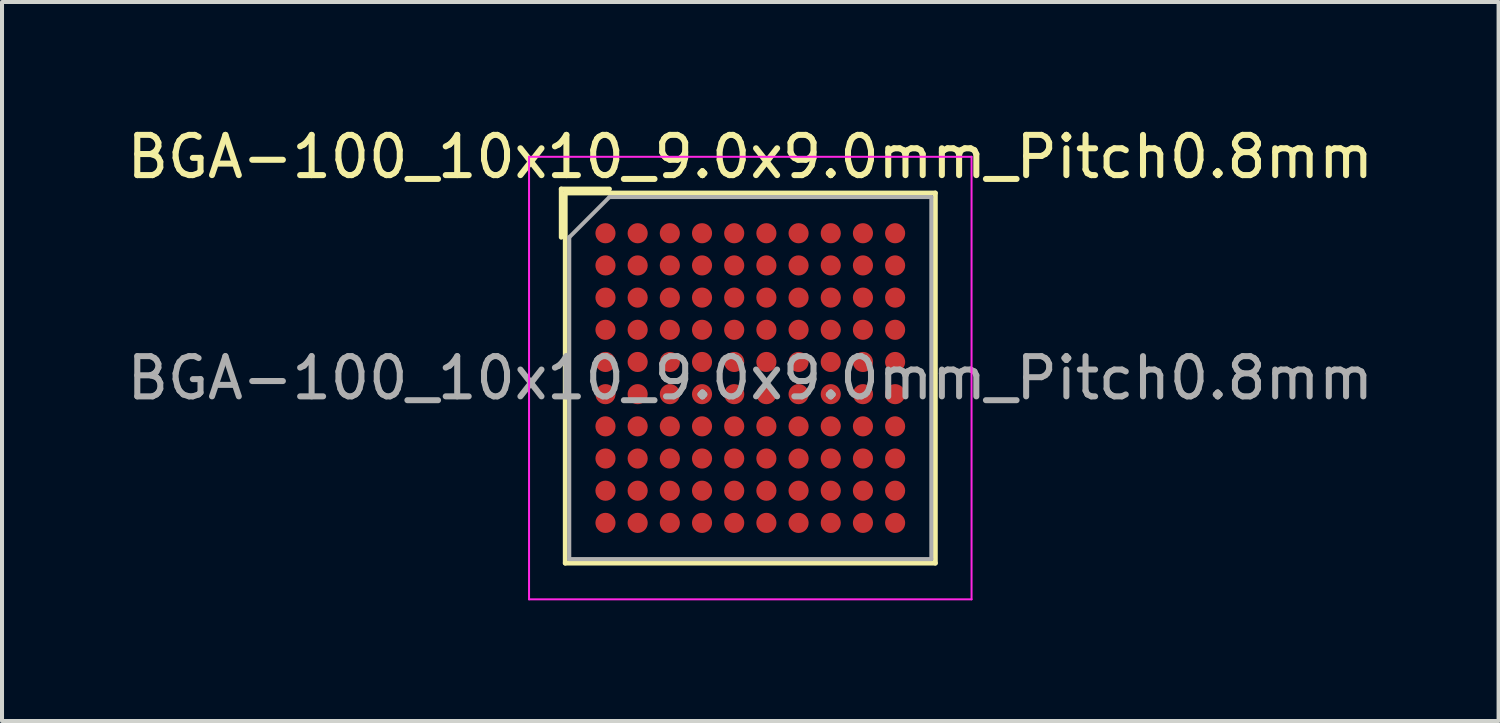
<source format=kicad_pcb>
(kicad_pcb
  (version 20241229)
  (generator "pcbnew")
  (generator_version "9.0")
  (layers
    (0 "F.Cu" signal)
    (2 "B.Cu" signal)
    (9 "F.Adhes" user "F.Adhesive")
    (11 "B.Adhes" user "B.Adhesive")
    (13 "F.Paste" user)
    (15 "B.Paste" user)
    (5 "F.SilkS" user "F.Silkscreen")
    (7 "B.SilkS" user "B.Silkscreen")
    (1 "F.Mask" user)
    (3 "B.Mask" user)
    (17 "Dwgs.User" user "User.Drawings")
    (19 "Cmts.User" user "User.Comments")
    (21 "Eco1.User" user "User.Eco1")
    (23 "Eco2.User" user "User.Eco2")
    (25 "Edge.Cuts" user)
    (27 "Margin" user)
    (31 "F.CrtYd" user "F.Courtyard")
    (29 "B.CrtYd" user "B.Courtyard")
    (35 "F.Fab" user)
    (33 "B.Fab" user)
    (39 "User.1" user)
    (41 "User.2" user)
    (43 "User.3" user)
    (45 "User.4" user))
  (footprint "BGA-100_10x10_9.0x9.0mm_Pitch0.8mm"
    (layer "F.Cu")
    (at 15.601 6.348)
    (property "Reference" "BGA-100_10x10_9.0x9.0mm_Pitch0.8mm" (at 0 -5.5 0) (layer "F.SilkS") (effects (font (size 1 1) (thickness 0.15))))
    (attr smd)
    (fp_line (start -4.7 -4.7) (end -3.5 -4.7) (stroke (width 0.12) (type solid)) (layer "F.SilkS"))
    (fp_line (start -4.7 -3.5) (end -4.7 -4.7) (stroke (width 0.12) (type solid)) (layer "F.SilkS"))
    (fp_line (start -4.6 -4.6) (end -4.6 4.6) (stroke (width 0.12) (type solid)) (layer "F.SilkS"))
    (fp_line (start -4.6 4.6) (end 4.6 4.6) (stroke (width 0.12) (type solid)) (layer "F.SilkS"))
    (fp_line (start 4.6 -4.6) (end -4.6 -4.6) (stroke (width 0.12) (type solid)) (layer "F.SilkS"))
    (fp_line (start 4.6 4.6) (end 4.6 -4.6) (stroke (width 0.12) (type solid)) (layer "F.SilkS"))
    (fp_line (start -5.5 -5.5) (end -5.5 5.5) (stroke (width 0.05) (type solid)) (layer "F.CrtYd"))
    (fp_line (start -5.5 -5.5) (end 5.5 -5.5) (stroke (width 0.05) (type solid)) (layer "F.CrtYd"))
    (fp_line (start 5.5 5.5) (end -5.5 5.5) (stroke (width 0.05) (type solid)) (layer "F.CrtYd"))
    (fp_line (start 5.5 5.5) (end 5.5 -5.5) (stroke (width 0.05) (type solid)) (layer "F.CrtYd"))
    (fp_line (start -4.5 -3.5) (end -4.5 4.5) (stroke (width 0.1) (type solid)) (layer "F.Fab"))
    (fp_line (start -4.5 4.5) (end 4.5 4.5) (stroke (width 0.1) (type solid)) (layer "F.Fab"))
    (fp_line (start -3.5 -4.5) (end -4.5 -3.5) (stroke (width 0.1) (type solid)) (layer "F.Fab"))
    (fp_line (start 4.5 -4.5) (end -3.5 -4.5) (stroke (width 0.1) (type solid)) (layer "F.Fab"))
    (fp_line (start 4.5 4.5) (end 4.5 -4.5) (stroke (width 0.1) (type solid)) (layer "F.Fab"))
    (fp_text user "${REFERENCE}" (at 0 0 0) (layer "F.Fab") (effects (font (size 1 1) (thickness 0.15))))
    (pad "A1" smd circle (at -3.6 -3.6) (size 0.5 0.5) (layers "F.Cu" "F.Mask" "F.Paste"))
    (pad "A2" smd circle (at -2.8 -3.6) (size 0.5 0.5) (layers "F.Cu" "F.Mask" "F.Paste"))
    (pad "A3" smd circle (at -2 -3.6) (size 0.5 0.5) (layers "F.Cu" "F.Mask" "F.Paste"))
    (pad "A4" smd circle (at -1.2 -3.6) (size 0.5 0.5) (layers "F.Cu" "F.Mask" "F.Paste"))
    (pad "A5" smd circle (at -0.4 -3.6) (size 0.5 0.5) (layers "F.Cu" "F.Mask" "F.Paste"))
    (pad "A6" smd circle (at 0.4 -3.6) (size 0.5 0.5) (layers "F.Cu" "F.Mask" "F.Paste"))
    (pad "A7" smd circle (at 1.2 -3.6) (size 0.5 0.5) (layers "F.Cu" "F.Mask" "F.Paste"))
    (pad "A8" smd circle (at 2 -3.6) (size 0.5 0.5) (layers "F.Cu" "F.Mask" "F.Paste"))
    (pad "A9" smd circle (at 2.8 -3.6) (size 0.5 0.5) (layers "F.Cu" "F.Mask" "F.Paste"))
    (pad "A10" smd circle (at 3.6 -3.6) (size 0.5 0.5) (layers "F.Cu" "F.Mask" "F.Paste"))
    (pad "B1" smd circle (at -3.6 -2.8) (size 0.5 0.5) (layers "F.Cu" "F.Mask" "F.Paste"))
    (pad "B2" smd circle (at -2.8 -2.8) (size 0.5 0.5) (layers "F.Cu" "F.Mask" "F.Paste"))
    (pad "B3" smd circle (at -2 -2.8) (size 0.5 0.5) (layers "F.Cu" "F.Mask" "F.Paste"))
    (pad "B4" smd circle (at -1.2 -2.8) (size 0.5 0.5) (layers "F.Cu" "F.Mask" "F.Paste"))
    (pad "B5" smd circle (at -0.4 -2.8) (size 0.5 0.5) (layers "F.Cu" "F.Mask" "F.Paste"))
    (pad "B6" smd circle (at 0.4 -2.8) (size 0.5 0.5) (layers "F.Cu" "F.Mask" "F.Paste"))
    (pad "B7" smd circle (at 1.2 -2.8) (size 0.5 0.5) (layers "F.Cu" "F.Mask" "F.Paste"))
    (pad "B8" smd circle (at 2 -2.8) (size 0.5 0.5) (layers "F.Cu" "F.Mask" "F.Paste"))
    (pad "B9" smd circle (at 2.8 -2.8) (size 0.5 0.5) (layers "F.Cu" "F.Mask" "F.Paste"))
    (pad "B10" smd circle (at 3.6 -2.8) (size 0.5 0.5) (layers "F.Cu" "F.Mask" "F.Paste"))
    (pad "C1" smd circle (at -3.6 -2) (size 0.5 0.5) (layers "F.Cu" "F.Mask" "F.Paste"))
    (pad "C2" smd circle (at -2.8 -2) (size 0.5 0.5) (layers "F.Cu" "F.Mask" "F.Paste"))
    (pad "C3" smd circle (at -2 -2) (size 0.5 0.5) (layers "F.Cu" "F.Mask" "F.Paste"))
    (pad "C4" smd circle (at -1.2 -2) (size 0.5 0.5) (layers "F.Cu" "F.Mask" "F.Paste"))
    (pad "C5" smd circle (at -0.4 -2) (size 0.5 0.5) (layers "F.Cu" "F.Mask" "F.Paste"))
    (pad "C6" smd circle (at 0.4 -2) (size 0.5 0.5) (layers "F.Cu" "F.Mask" "F.Paste"))
    (pad "C7" smd circle (at 1.2 -2) (size 0.5 0.5) (layers "F.Cu" "F.Mask" "F.Paste"))
    (pad "C8" smd circle (at 2 -2) (size 0.5 0.5) (layers "F.Cu" "F.Mask" "F.Paste"))
    (pad "C9" smd circle (at 2.8 -2) (size 0.5 0.5) (layers "F.Cu" "F.Mask" "F.Paste"))
    (pad "C10" smd circle (at 3.6 -2) (size 0.5 0.5) (layers "F.Cu" "F.Mask" "F.Paste"))
    (pad "D1" smd circle (at -3.6 -1.2) (size 0.5 0.5) (layers "F.Cu" "F.Mask" "F.Paste"))
    (pad "D2" smd circle (at -2.8 -1.2) (size 0.5 0.5) (layers "F.Cu" "F.Mask" "F.Paste"))
    (pad "D3" smd circle (at -2 -1.2) (size 0.5 0.5) (layers "F.Cu" "F.Mask" "F.Paste"))
    (pad "D4" smd circle (at -1.2 -1.2) (size 0.5 0.5) (layers "F.Cu" "F.Mask" "F.Paste"))
    (pad "D5" smd circle (at -0.4 -1.2) (size 0.5 0.5) (layers "F.Cu" "F.Mask" "F.Paste"))
    (pad "D6" smd circle (at 0.4 -1.2) (size 0.5 0.5) (layers "F.Cu" "F.Mask" "F.Paste"))
    (pad "D7" smd circle (at 1.2 -1.2) (size 0.5 0.5) (layers "F.Cu" "F.Mask" "F.Paste"))
    (pad "D8" smd circle (at 2 -1.2) (size 0.5 0.5) (layers "F.Cu" "F.Mask" "F.Paste"))
    (pad "D9" smd circle (at 2.8 -1.2) (size 0.5 0.5) (layers "F.Cu" "F.Mask" "F.Paste"))
    (pad "D10" smd circle (at 3.6 -1.2) (size 0.5 0.5) (layers "F.Cu" "F.Mask" "F.Paste"))
    (pad "E1" smd circle (at -3.6 -0.4) (size 0.5 0.5) (layers "F.Cu" "F.Mask" "F.Paste"))
    (pad "E2" smd circle (at -2.8 -0.4) (size 0.5 0.5) (layers "F.Cu" "F.Mask" "F.Paste"))
    (pad "E3" smd circle (at -2 -0.4) (size 0.5 0.5) (layers "F.Cu" "F.Mask" "F.Paste"))
    (pad "E4" smd circle (at -1.2 -0.4) (size 0.5 0.5) (layers "F.Cu" "F.Mask" "F.Paste"))
    (pad "E5" smd circle (at -0.4 -0.4) (size 0.5 0.5) (layers "F.Cu" "F.Mask" "F.Paste"))
    (pad "E6" smd circle (at 0.4 -0.4) (size 0.5 0.5) (layers "F.Cu" "F.Mask" "F.Paste"))
    (pad "E7" smd circle (at 1.2 -0.4) (size 0.5 0.5) (layers "F.Cu" "F.Mask" "F.Paste"))
    (pad "E8" smd circle (at 2 -0.4) (size 0.5 0.5) (layers "F.Cu" "F.Mask" "F.Paste"))
    (pad "E9" smd circle (at 2.8 -0.4) (size 0.5 0.5) (layers "F.Cu" "F.Mask" "F.Paste"))
    (pad "E10" smd circle (at 3.6 -0.4) (size 0.5 0.5) (layers "F.Cu" "F.Mask" "F.Paste"))
    (pad "F1" smd circle (at -3.6 0.4) (size 0.5 0.5) (layers "F.Cu" "F.Mask" "F.Paste"))
    (pad "F2" smd circle (at -2.8 0.4) (size 0.5 0.5) (layers "F.Cu" "F.Mask" "F.Paste"))
    (pad "F3" smd circle (at -2 0.4) (size 0.5 0.5) (layers "F.Cu" "F.Mask" "F.Paste"))
    (pad "F4" smd circle (at -1.2 0.4) (size 0.5 0.5) (layers "F.Cu" "F.Mask" "F.Paste"))
    (pad "F5" smd circle (at -0.4 0.4) (size 0.5 0.5) (layers "F.Cu" "F.Mask" "F.Paste"))
    (pad "F6" smd circle (at 0.4 0.4) (size 0.5 0.5) (layers "F.Cu" "F.Mask" "F.Paste"))
    (pad "F7" smd circle (at 1.2 0.4) (size 0.5 0.5) (layers "F.Cu" "F.Mask" "F.Paste"))
    (pad "F8" smd circle (at 2 0.4) (size 0.5 0.5) (layers "F.Cu" "F.Mask" "F.Paste"))
    (pad "F9" smd circle (at 2.8 0.4) (size 0.5 0.5) (layers "F.Cu" "F.Mask" "F.Paste"))
    (pad "F10" smd circle (at 3.6 0.4) (size 0.5 0.5) (layers "F.Cu" "F.Mask" "F.Paste"))
    (pad "G1" smd circle (at -3.6 1.2) (size 0.5 0.5) (layers "F.Cu" "F.Mask" "F.Paste"))
    (pad "G2" smd circle (at -2.8 1.2) (size 0.5 0.5) (layers "F.Cu" "F.Mask" "F.Paste"))
    (pad "G3" smd circle (at -2 1.2) (size 0.5 0.5) (layers "F.Cu" "F.Mask" "F.Paste"))
    (pad "G4" smd circle (at -1.2 1.2) (size 0.5 0.5) (layers "F.Cu" "F.Mask" "F.Paste"))
    (pad "G5" smd circle (at -0.4 1.2) (size 0.5 0.5) (layers "F.Cu" "F.Mask" "F.Paste"))
    (pad "G6" smd circle (at 0.4 1.2) (size 0.5 0.5) (layers "F.Cu" "F.Mask" "F.Paste"))
    (pad "G7" smd circle (at 1.2 1.2) (size 0.5 0.5) (layers "F.Cu" "F.Mask" "F.Paste"))
    (pad "G8" smd circle (at 2 1.2) (size 0.5 0.5) (layers "F.Cu" "F.Mask" "F.Paste"))
    (pad "G9" smd circle (at 2.8 1.2) (size 0.5 0.5) (layers "F.Cu" "F.Mask" "F.Paste"))
    (pad "G10" smd circle (at 3.6 1.2) (size 0.5 0.5) (layers "F.Cu" "F.Mask" "F.Paste"))
    (pad "H1" smd circle (at -3.6 2) (size 0.5 0.5) (layers "F.Cu" "F.Mask" "F.Paste"))
    (pad "H2" smd circle (at -2.8 2) (size 0.5 0.5) (layers "F.Cu" "F.Mask" "F.Paste"))
    (pad "H3" smd circle (at -2 2) (size 0.5 0.5) (layers "F.Cu" "F.Mask" "F.Paste"))
    (pad "H4" smd circle (at -1.2 2) (size 0.5 0.5) (layers "F.Cu" "F.Mask" "F.Paste"))
    (pad "H5" smd circle (at -0.4 2) (size 0.5 0.5) (layers "F.Cu" "F.Mask" "F.Paste"))
    (pad "H6" smd circle (at 0.4 2) (size 0.5 0.5) (layers "F.Cu" "F.Mask" "F.Paste"))
    (pad "H7" smd circle (at 1.2 2) (size 0.5 0.5) (layers "F.Cu" "F.Mask" "F.Paste"))
    (pad "H8" smd circle (at 2 2) (size 0.5 0.5) (layers "F.Cu" "F.Mask" "F.Paste"))
    (pad "H9" smd circle (at 2.8 2) (size 0.5 0.5) (layers "F.Cu" "F.Mask" "F.Paste"))
    (pad "H10" smd circle (at 3.6 2) (size 0.5 0.5) (layers "F.Cu" "F.Mask" "F.Paste"))
    (pad "J1" smd circle (at -3.6 2.8) (size 0.5 0.5) (layers "F.Cu" "F.Mask" "F.Paste"))
    (pad "J2" smd circle (at -2.8 2.8) (size 0.5 0.5) (layers "F.Cu" "F.Mask" "F.Paste"))
    (pad "J3" smd circle (at -2 2.8) (size 0.5 0.5) (layers "F.Cu" "F.Mask" "F.Paste"))
    (pad "J4" smd circle (at -1.2 2.8) (size 0.5 0.5) (layers "F.Cu" "F.Mask" "F.Paste"))
    (pad "J5" smd circle (at -0.4 2.8) (size 0.5 0.5) (layers "F.Cu" "F.Mask" "F.Paste"))
    (pad "J6" smd circle (at 0.4 2.8) (size 0.5 0.5) (layers "F.Cu" "F.Mask" "F.Paste"))
    (pad "J7" smd circle (at 1.2 2.8) (size 0.5 0.5) (layers "F.Cu" "F.Mask" "F.Paste"))
    (pad "J8" smd circle (at 2 2.8) (size 0.5 0.5) (layers "F.Cu" "F.Mask" "F.Paste"))
    (pad "J9" smd circle (at 2.8 2.8) (size 0.5 0.5) (layers "F.Cu" "F.Mask" "F.Paste"))
    (pad "J10" smd circle (at 3.6 2.8) (size 0.5 0.5) (layers "F.Cu" "F.Mask" "F.Paste"))
    (pad "K1" smd circle (at -3.6 3.6) (size 0.5 0.5) (layers "F.Cu" "F.Mask" "F.Paste"))
    (pad "K2" smd circle (at -2.8 3.6) (size 0.5 0.5) (layers "F.Cu" "F.Mask" "F.Paste"))
    (pad "K3" smd circle (at -2 3.6) (size 0.5 0.5) (layers "F.Cu" "F.Mask" "F.Paste"))
    (pad "K4" smd circle (at -1.2 3.6) (size 0.5 0.5) (layers "F.Cu" "F.Mask" "F.Paste"))
    (pad "K5" smd circle (at -0.4 3.6) (size 0.5 0.5) (layers "F.Cu" "F.Mask" "F.Paste"))
    (pad "K6" smd circle (at 0.4 3.6) (size 0.5 0.5) (layers "F.Cu" "F.Mask" "F.Paste"))
    (pad "K7" smd circle (at 1.2 3.6) (size 0.5 0.5) (layers "F.Cu" "F.Mask" "F.Paste"))
    (pad "K8" smd circle (at 2 3.6) (size 0.5 0.5) (layers "F.Cu" "F.Mask" "F.Paste"))
    (pad "K9" smd circle (at 2.8 3.6) (size 0.5 0.5) (layers "F.Cu" "F.Mask" "F.Paste"))
    (pad "K10" smd circle (at 3.6 3.6) (size 0.5 0.5) (layers "F.Cu" "F.Mask" "F.Paste")))
  (gr_rect
    (start -3 -3)
    (end 34.202 14.873)
    (stroke (width 0.1) (type default))
    (fill no)
    (layer "Edge.Cuts")))
</source>
